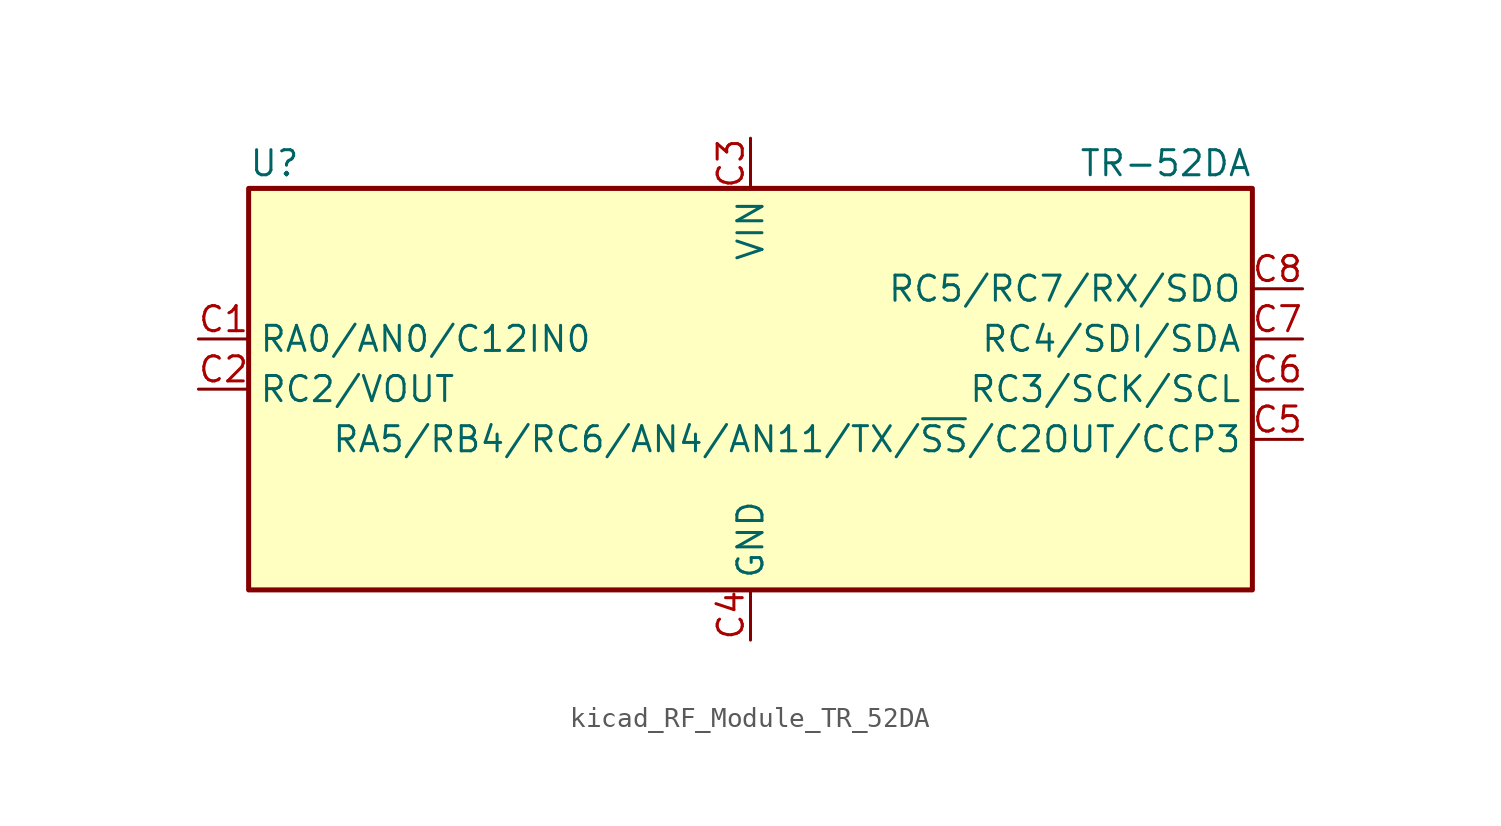
<source format=kicad_sym>
(kicad_symbol_lib
  (version 20220914)
  (generator kicad_symbol_editor)
  (symbol "kicad_RF_Module_TR_52DA"
    (property "Reference" "U"
      (at -25.4 11.43 0)
      (effects (font (size 1.27 1.27)) (justify left)))
    (property "Value" "TR-52DA"
      (at 25.4 11.43 0)
      (effects (font (size 1.27 1.27)) (justify right)))
    (symbol "kicad_RF_Module_TR_52DA_0_1"
      (rectangle (start -25.4 10.16) (end 25.4 -10.16) (stroke (width 0.254) (type default)) (fill (type background))))
    (symbol "kicad_RF_Module_TR_52DA_1_1"
      (pin bidirectional line (at -27.94 2.54 0) (length 2.54) (name "RA0/AN0/C12IN0" (effects (font (size 1.27 1.27)))) (number "C1" (effects (font (size 1.27 1.27)))))
      (pin bidirectional line (at -27.94 0 0) (length 2.54) (name "RC2/VOUT" (effects (font (size 1.27 1.27)))) (number "C2" (effects (font (size 1.27 1.27)))))
      (pin power_in line (at 0 12.7 270) (length 2.54) (name "VIN" (effects (font (size 1.27 1.27)))) (number "C3" (effects (font (size 1.27 1.27)))))
      (pin power_in line (at 0 -12.7 90) (length 2.54) (name "GND" (effects (font (size 1.27 1.27)))) (number "C4" (effects (font (size 1.27 1.27)))))
      (pin bidirectional line (at 27.94 -2.54 180) (length 2.54) (name "RA5/RB4/RC6/AN4/AN11/TX/~{SS}/C2OUT/CCP3" (effects (font (size 1.27 1.27)))) (number "C5" (effects (font (size 1.27 1.27)))))
      (pin bidirectional line (at 27.94 0 180) (length 2.54) (name "RC3/SCK/SCL" (effects (font (size 1.27 1.27)))) (number "C6" (effects (font (size 1.27 1.27)))))
      (pin bidirectional line (at 27.94 2.54 180) (length 2.54) (name "RC4/SDI/SDA" (effects (font (size 1.27 1.27)))) (number "C7" (effects (font (size 1.27 1.27)))))
      (pin bidirectional line (at 27.94 5.08 180) (length 2.54) (name "RC5/RC7/RX/SDO" (effects (font (size 1.27 1.27)))) (number "C8" (effects (font (size 1.27 1.27))))))))
</source>
